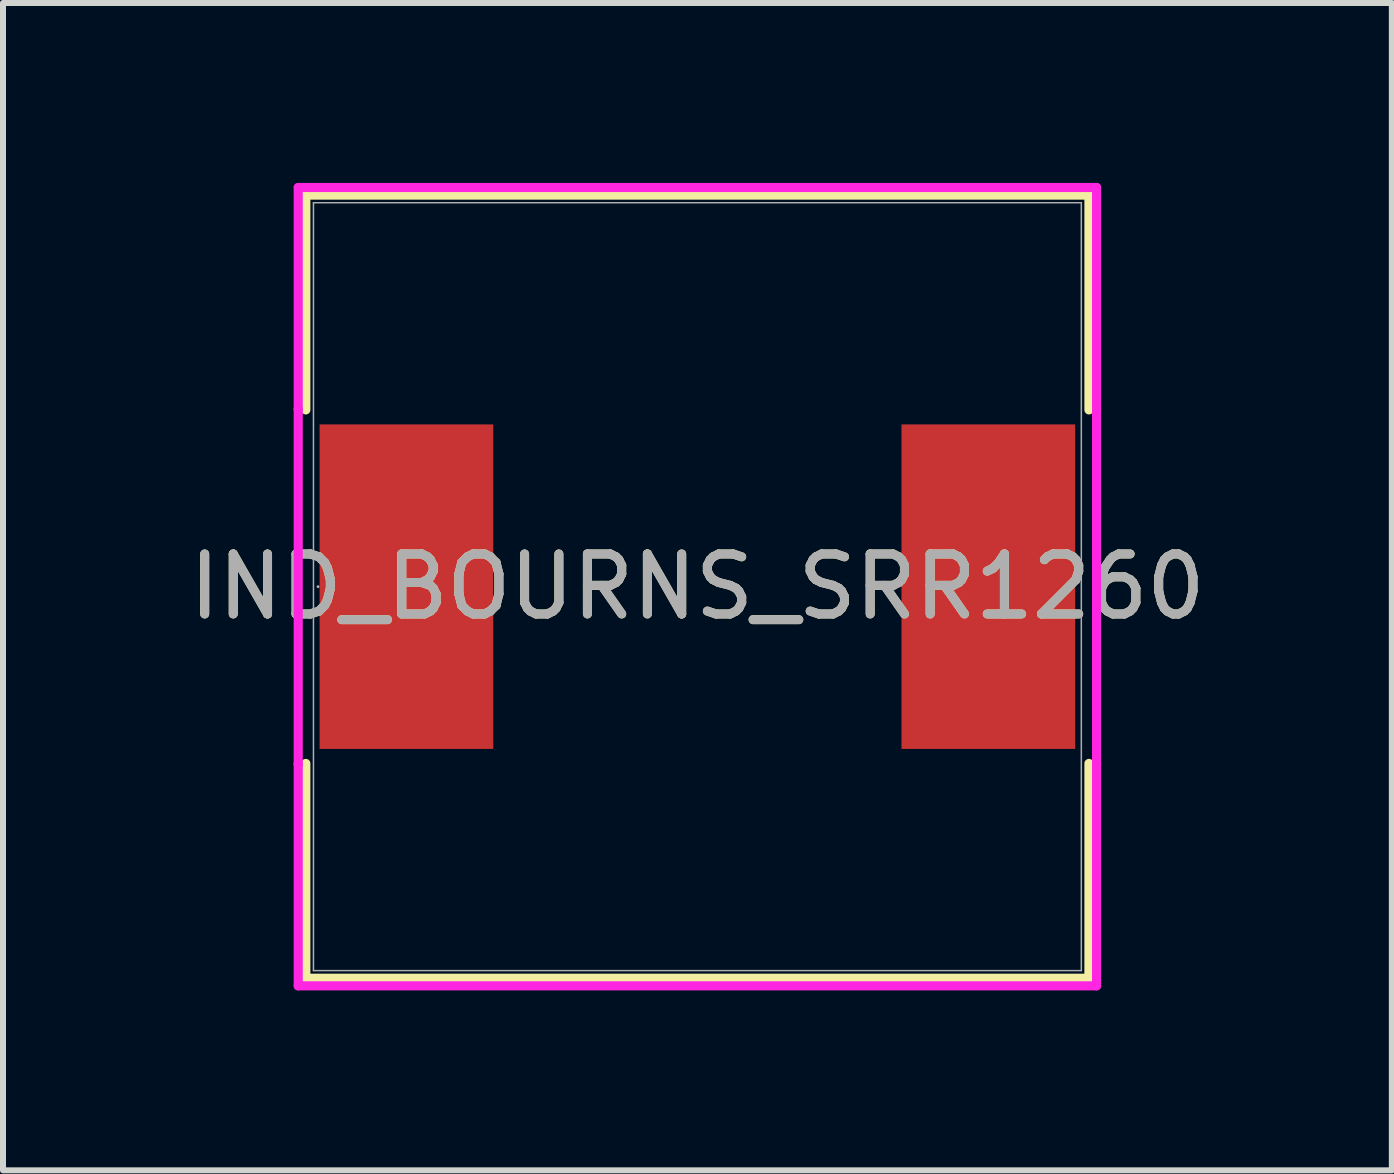
<source format=kicad_pcb>
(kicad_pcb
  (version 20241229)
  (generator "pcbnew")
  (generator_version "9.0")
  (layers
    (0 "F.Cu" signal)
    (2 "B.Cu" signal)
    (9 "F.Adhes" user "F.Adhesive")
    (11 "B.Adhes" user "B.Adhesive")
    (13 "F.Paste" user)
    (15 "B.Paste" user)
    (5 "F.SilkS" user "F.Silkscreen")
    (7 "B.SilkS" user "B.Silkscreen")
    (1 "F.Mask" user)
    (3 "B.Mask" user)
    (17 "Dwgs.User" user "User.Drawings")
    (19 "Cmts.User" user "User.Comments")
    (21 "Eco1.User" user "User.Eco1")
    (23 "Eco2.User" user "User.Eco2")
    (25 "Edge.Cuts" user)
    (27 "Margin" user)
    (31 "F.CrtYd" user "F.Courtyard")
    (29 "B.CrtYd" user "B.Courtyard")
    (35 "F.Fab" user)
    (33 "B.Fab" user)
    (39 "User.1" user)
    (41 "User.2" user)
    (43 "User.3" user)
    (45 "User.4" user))
  (footprint "IND_BOURNS_SRR1260"
    (layer "F.Cu")
    (at 8.577 6.731)
    (property "Reference" "IND_BOURNS_SRR1260" (at 0 0 0) (unlocked yes) (layer "F.SilkS") (effects (font (size 1 1) (thickness 0.15))))
    (attr smd)
    (fp_line (start -6.528 -6.528) (end -6.528 -2.947) (stroke (width 0.152) (type solid)) (layer "F.SilkS"))
    (fp_line (start -6.528 2.947) (end -6.528 6.528) (stroke (width 0.152) (type solid)) (layer "F.SilkS"))
    (fp_line (start -6.528 6.528) (end 6.528 6.528) (stroke (width 0.152) (type solid)) (layer "F.SilkS"))
    (fp_line (start 6.528 -6.528) (end -6.528 -6.528) (stroke (width 0.152) (type solid)) (layer "F.SilkS"))
    (fp_line (start 6.528 -2.947) (end 6.528 -6.528) (stroke (width 0.152) (type solid)) (layer "F.SilkS"))
    (fp_line (start 6.528 6.528) (end 6.528 2.947) (stroke (width 0.152) (type solid)) (layer "F.SilkS"))
    (fp_line (start -6.655 -6.655) (end 6.655 -6.655) (stroke (width 0.152) (type solid)) (layer "F.CrtYd"))
    (fp_line (start -6.655 -2.959) (end -6.655 -6.655) (stroke (width 0.152) (type solid)) (layer "F.CrtYd"))
    (fp_line (start -6.655 -2.959) (end -6.655 -2.959) (stroke (width 0.152) (type solid)) (layer "F.CrtYd"))
    (fp_line (start -6.655 2.959) (end -6.655 -2.959) (stroke (width 0.152) (type solid)) (layer "F.CrtYd"))
    (fp_line (start -6.655 2.959) (end -6.655 2.959) (stroke (width 0.152) (type solid)) (layer "F.CrtYd"))
    (fp_line (start -6.655 6.655) (end -6.655 2.959) (stroke (width 0.152) (type solid)) (layer "F.CrtYd"))
    (fp_line (start 6.655 -6.655) (end 6.655 -2.959) (stroke (width 0.152) (type solid)) (layer "F.CrtYd"))
    (fp_line (start 6.655 -2.959) (end 6.655 -2.959) (stroke (width 0.152) (type solid)) (layer "F.CrtYd"))
    (fp_line (start 6.655 -2.959) (end 6.655 2.959) (stroke (width 0.152) (type solid)) (layer "F.CrtYd"))
    (fp_line (start 6.655 2.959) (end 6.655 2.959) (stroke (width 0.152) (type solid)) (layer "F.CrtYd"))
    (fp_line (start 6.655 2.959) (end 6.655 6.655) (stroke (width 0.152) (type solid)) (layer "F.CrtYd"))
    (fp_line (start 6.655 6.655) (end -6.655 6.655) (stroke (width 0.152) (type solid)) (layer "F.CrtYd"))
    (fp_line (start -6.401 -6.401) (end -6.401 6.401) (stroke (width 0.025) (type solid)) (layer "F.Fab"))
    (fp_line (start -6.401 6.401) (end 6.401 6.401) (stroke (width 0.025) (type solid)) (layer "F.Fab"))
    (fp_line (start 6.401 -6.401) (end -6.401 -6.401) (stroke (width 0.025) (type solid)) (layer "F.Fab"))
    (fp_line (start 6.401 6.401) (end 6.401 -6.401) (stroke (width 0.025) (type solid)) (layer "F.Fab"))
    (fp_circle (center -6.325 0) (end -6.325 0) (stroke (width 0.025) (type solid)) (fill no) (layer "F.Fab"))
    (fp_text user "${REFERENCE}" (at 0 0 0) (unlocked yes) (layer "F.Fab") (effects (font (size 1 1) (thickness 0.15))))
    (pad "1" smd rect (at -4.851 0) (size 2.896 5.41) (layers "F.Cu" "F.Mask" "F.Paste"))
    (pad "2" smd rect (at 4.851 0) (size 2.896 5.41) (layers "F.Cu" "F.Mask" "F.Paste"))
    (zone (net_name "") (layer "F.Cu") (hatch full 0.508) (connect_pads) (min_thickness 0.254) (filled_areas_thickness no) (keepout (tracks not_allowed) (vias not_allowed) (pads allowed) (copperpour not_allowed) (footprints allowed)) (placement (enabled no)) (fill) (polygon (pts (xy 5.225 0.381) (xy 11.93 0.381) (xy 11.93 13.081) (xy 5.225 13.081)))))
  (gr_rect
    (start -3 -3)
    (end 20.155 16.462)
    (stroke (width 0.1) (type default))
    (fill no)
    (layer "Edge.Cuts")))
</source>
